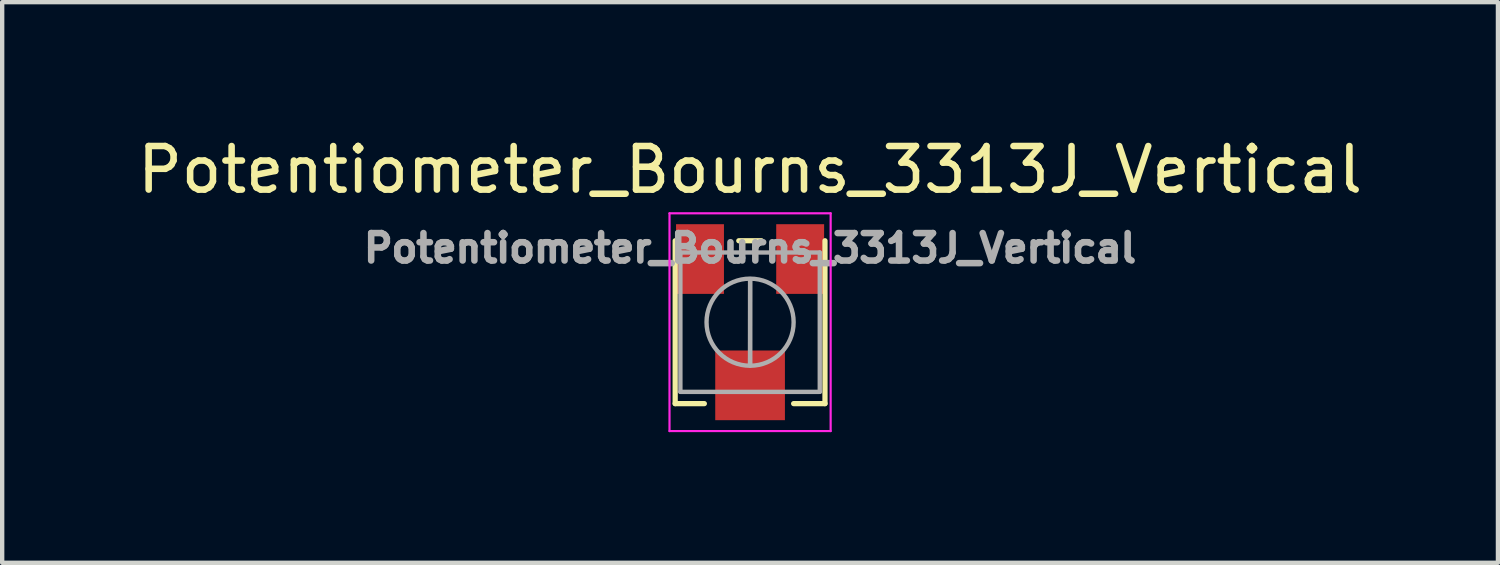
<source format=kicad_pcb>
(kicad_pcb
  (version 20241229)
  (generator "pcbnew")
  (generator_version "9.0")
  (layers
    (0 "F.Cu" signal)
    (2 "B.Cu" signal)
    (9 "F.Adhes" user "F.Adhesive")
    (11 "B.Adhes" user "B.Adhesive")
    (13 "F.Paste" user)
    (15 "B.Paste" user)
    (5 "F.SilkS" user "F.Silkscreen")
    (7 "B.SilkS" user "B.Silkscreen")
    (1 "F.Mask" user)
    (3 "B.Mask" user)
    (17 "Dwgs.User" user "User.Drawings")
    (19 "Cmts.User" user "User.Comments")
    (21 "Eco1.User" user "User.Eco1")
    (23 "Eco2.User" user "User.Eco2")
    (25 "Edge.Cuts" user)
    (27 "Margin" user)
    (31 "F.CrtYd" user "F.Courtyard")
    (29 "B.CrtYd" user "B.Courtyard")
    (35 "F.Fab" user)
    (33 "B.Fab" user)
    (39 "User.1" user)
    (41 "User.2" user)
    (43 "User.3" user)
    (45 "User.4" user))
  (footprint "Potentiometer_Bourns_3313J_Vertical"
    (layer "F.Cu")
    (at 14.173 4.348)
    (property "Reference" "Potentiometer_Bourns_3313J_Vertical" (at 0 -3.5 0) (layer "F.SilkS") (effects (font (size 1 1) (thickness 0.15))))
    (attr smd)
    (fp_line (start -1.72 -1.87) (end -1.72 1.87) (stroke (width 0.12) (type solid)) (layer "F.SilkS"))
    (fp_line (start -1.72 1.87) (end -1.05 1.87) (stroke (width 0.12) (type solid)) (layer "F.SilkS"))
    (fp_line (start -0.259 -1.87) (end 0.26 -1.87) (stroke (width 0.12) (type solid)) (layer "F.SilkS"))
    (fp_line (start 1 1.87) (end 1.72 1.87) (stroke (width 0.12) (type solid)) (layer "F.SilkS"))
    (fp_line (start 1.72 -1.87) (end 1.72 1.87) (stroke (width 0.12) (type solid)) (layer "F.SilkS"))
    (fp_line (start -1.85 -2.5) (end -1.85 2.5) (stroke (width 0.05) (type solid)) (layer "F.CrtYd"))
    (fp_line (start -1.85 2.5) (end 1.85 2.5) (stroke (width 0.05) (type solid)) (layer "F.CrtYd"))
    (fp_line (start 1.85 -2.5) (end -1.85 -2.5) (stroke (width 0.05) (type solid)) (layer "F.CrtYd"))
    (fp_line (start 1.85 2.5) (end 1.85 -2.5) (stroke (width 0.05) (type solid)) (layer "F.CrtYd"))
    (fp_line (start -1.6 -1.6) (end -1.6 1.6) (stroke (width 0.1) (type solid)) (layer "F.Fab"))
    (fp_line (start -1.6 1.6) (end 1.6 1.6) (stroke (width 0.1) (type solid)) (layer "F.Fab"))
    (fp_line (start 0 0.99) (end 0.001 -0.989) (stroke (width 0.1) (type solid)) (layer "F.Fab"))
    (fp_line (start 0 0.99) (end 0.001 -0.989) (stroke (width 0.1) (type solid)) (layer "F.Fab"))
    (fp_line (start 1.6 -1.6) (end -1.6 -1.6) (stroke (width 0.1) (type solid)) (layer "F.Fab"))
    (fp_line (start 1.6 1.6) (end 1.6 -1.6) (stroke (width 0.1) (type solid)) (layer "F.Fab"))
    (fp_circle (center 0 0) (end 1 0) (stroke (width 0.1) (type solid)) (fill no) (layer "F.Fab"))
    (fp_text user "${REFERENCE}" (at 0 -1.7 0) (layer "F.Fab") (effects (font (size 0.63 0.63) (thickness 0.15))))
    (pad "1" smd rect (at 1.15 -1.45) (size 1.1 1.6) (layers "F.Cu" "F.Mask" "F.Paste"))
    (pad "2" smd rect (at 0 1.45) (size 1.6 1.6) (layers "F.Cu" "F.Mask" "F.Paste"))
    (pad "3" smd rect (at -1.15 -1.45) (size 1.1 1.6) (layers "F.Cu" "F.Mask" "F.Paste")))
  (gr_rect
    (start -3 -3)
    (end 31.345 9.873)
    (stroke (width 0.1) (type default))
    (fill no)
    (layer "Edge.Cuts")))
</source>
